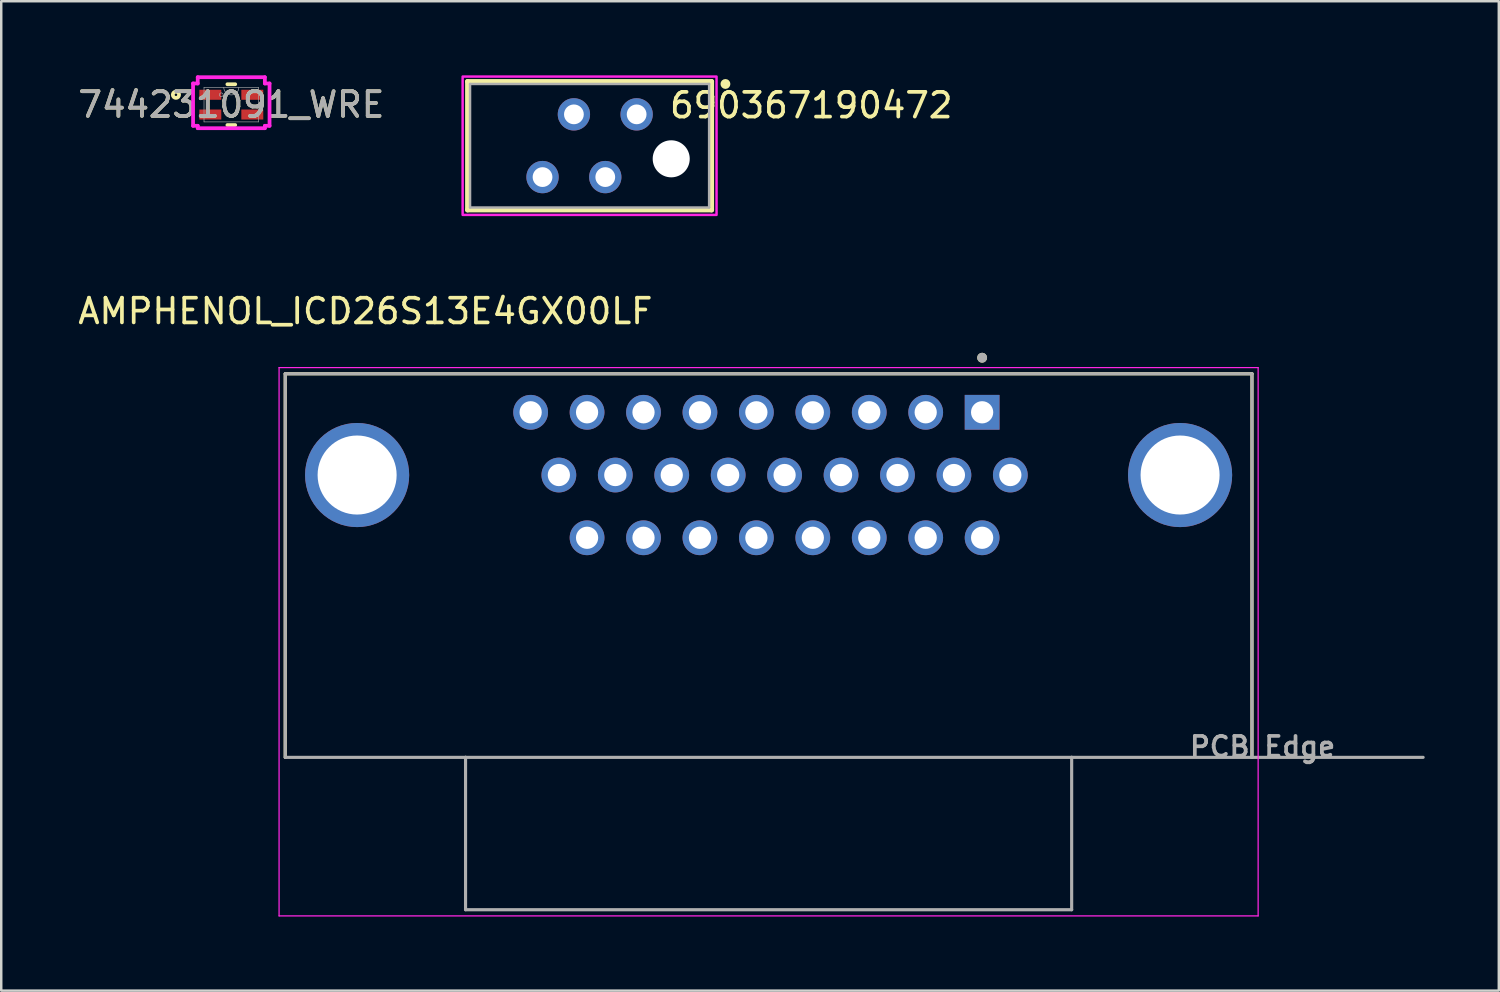
<source format=kicad_pcb>
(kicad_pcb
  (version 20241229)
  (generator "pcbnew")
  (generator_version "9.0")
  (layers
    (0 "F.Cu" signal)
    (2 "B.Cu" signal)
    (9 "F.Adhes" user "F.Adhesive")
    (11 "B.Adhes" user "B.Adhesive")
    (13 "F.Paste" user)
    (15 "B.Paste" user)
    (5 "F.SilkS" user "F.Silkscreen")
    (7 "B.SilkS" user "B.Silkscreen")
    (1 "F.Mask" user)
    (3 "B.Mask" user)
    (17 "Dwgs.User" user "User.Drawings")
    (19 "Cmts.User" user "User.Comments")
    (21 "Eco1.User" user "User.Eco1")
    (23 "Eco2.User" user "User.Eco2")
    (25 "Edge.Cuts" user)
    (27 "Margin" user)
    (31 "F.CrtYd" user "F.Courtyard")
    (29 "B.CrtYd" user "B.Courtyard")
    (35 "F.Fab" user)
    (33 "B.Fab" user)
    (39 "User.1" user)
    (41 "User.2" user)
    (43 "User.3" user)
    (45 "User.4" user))
  (footprint "690367190472"
    (layer "F.Cu")
    (at 20.821 2.85)
    (property "Reference" "690367190472" (at 8.975 -1.635 0) (layer "F.SilkS") (effects (font (size 1 1) (thickness 0.15))))
    (attr through_hole)
    (fp_line (start -4.94 -2.6) (end 4.94 -2.6) (stroke (width 0.2) (type solid)) (layer "F.SilkS"))
    (fp_line (start -4.94 2.6) (end -4.94 -2.6) (stroke (width 0.2) (type solid)) (layer "F.SilkS"))
    (fp_line (start 4.94 -2.6) (end 4.94 2.6) (stroke (width 0.2) (type solid)) (layer "F.SilkS"))
    (fp_line (start 4.94 2.6) (end -4.94 2.6) (stroke (width 0.2) (type solid)) (layer "F.SilkS"))
    (fp_circle (center 5.5 -2.5) (end 5.6 -2.5) (stroke (width 0.2) (type solid)) (fill no) (layer "F.SilkS"))
    (fp_poly (pts (xy 5.14 2.8) (xy -5.14 2.8) (xy -5.14 -2.8) (xy 5.14 -2.8)) (stroke (width 0.1) (type solid)) (fill no) (layer "F.CrtYd"))
    (fp_line (start -4.84 -2.5) (end -4.84 2.5) (stroke (width 0.1) (type solid)) (layer "F.Fab"))
    (fp_line (start -4.84 2.5) (end 4.84 2.5) (stroke (width 0.1) (type solid)) (layer "F.Fab"))
    (fp_line (start 4.84 -2.5) (end -4.84 -2.5) (stroke (width 0.1) (type solid)) (layer "F.Fab"))
    (fp_line (start 4.84 2.5) (end 4.84 -2.5) (stroke (width 0.1) (type solid)) (layer "F.Fab"))
    (pad "" np_thru_hole circle (at 3.305 0.53) (size 1.5 1.5) (drill 1.5) (layers "*.Cu" "*.Mask"))
    (pad "1" thru_hole circle (at 1.905 -1.27) (size 1.308 1.308) (drill 0.8) (layers "*.Cu" "*.Mask"))
    (pad "2" thru_hole circle (at 0.635 1.27) (size 1.308 1.308) (drill 0.8) (layers "*.Cu" "*.Mask"))
    (pad "3" thru_hole circle (at -0.635 -1.27) (size 1.308 1.308) (drill 0.8) (layers "*.Cu" "*.Mask"))
    (pad "4" thru_hole circle (at -1.905 1.27) (size 1.308 1.308) (drill 0.8) (layers "*.Cu" "*.Mask")))
  (footprint "744231091_WRE"
    (layer "F.Cu")
    (at 6.315 1.187)
    (property "Reference" "744231091_WRE" (at 0 0 0) (unlocked yes) (layer "F.SilkS") (effects (font (size 1 1) (thickness 0.15))))
    (attr smd)
    (fp_line (start -0.158 0.826) (end 0.158 0.826) (stroke (width 0.152) (type solid)) (layer "F.SilkS"))
    (fp_line (start 0.158 -0.826) (end -0.158 -0.826) (stroke (width 0.152) (type solid)) (layer "F.SilkS"))
    (fp_circle (center -2.241 -0.4) (end -2.114 -0.4) (stroke (width 0.152) (type solid)) (fill no) (layer "F.SilkS"))
    (fp_line (start -1.548 -0.857) (end -1.359 -0.857) (stroke (width 0.152) (type solid)) (layer "F.CrtYd"))
    (fp_line (start -1.548 0.857) (end -1.548 -0.857) (stroke (width 0.152) (type solid)) (layer "F.CrtYd"))
    (fp_line (start -1.548 0.857) (end -1.359 0.857) (stroke (width 0.152) (type solid)) (layer "F.CrtYd"))
    (fp_line (start -1.359 -1.111) (end 1.359 -1.111) (stroke (width 0.152) (type solid)) (layer "F.CrtYd"))
    (fp_line (start -1.359 -0.857) (end -1.359 -1.111) (stroke (width 0.152) (type solid)) (layer "F.CrtYd"))
    (fp_line (start -1.359 0.953) (end -1.359 0.857) (stroke (width 0.152) (type solid)) (layer "F.CrtYd"))
    (fp_line (start 1.359 -1.111) (end 1.359 -0.857) (stroke (width 0.152) (type solid)) (layer "F.CrtYd"))
    (fp_line (start 1.359 0.857) (end 1.359 0.953) (stroke (width 0.152) (type solid)) (layer "F.CrtYd"))
    (fp_line (start 1.359 0.953) (end -1.359 0.953) (stroke (width 0.152) (type solid)) (layer "F.CrtYd"))
    (fp_line (start 1.548 -0.857) (end 1.359 -0.857) (stroke (width 0.152) (type solid)) (layer "F.CrtYd"))
    (fp_line (start 1.548 -0.857) (end 1.548 0.857) (stroke (width 0.152) (type solid)) (layer "F.CrtYd"))
    (fp_line (start 1.548 0.857) (end 1.359 0.857) (stroke (width 0.152) (type solid)) (layer "F.CrtYd"))
    (fp_line (start -1.105 -0.699) (end -1.105 0.699) (stroke (width 0.025) (type solid)) (layer "F.Fab"))
    (fp_line (start -1.105 0.699) (end 1.105 0.699) (stroke (width 0.025) (type solid)) (layer "F.Fab"))
    (fp_line (start 1.105 -0.699) (end -1.105 -0.699) (stroke (width 0.025) (type solid)) (layer "F.Fab"))
    (fp_line (start 1.105 0.699) (end 1.105 -0.699) (stroke (width 0.025) (type solid)) (layer "F.Fab"))
    (fp_arc (start 0.3048 -0.6985) (mid 0 -0.3937) (end -0.3048 -0.6985) (stroke (width 0.0254) (type solid)) (layer "F.Fab"))
    (fp_circle (center -0.406 -0.4) (end -0.329 -0.4) (stroke (width 0.025) (type solid)) (fill no) (layer "F.Fab"))
    (fp_text user "${REFERENCE}" (at 0 0 0) (unlocked yes) (layer "F.Fab") (effects (font (size 1 1) (thickness 0.15))))
    (pad "1" smd rect (at -0.85 -0.4) (size 0.889 0.406) (layers "F.Cu" "F.Mask" "F.Paste"))
    (pad "2" smd rect (at 0.85 -0.4) (size 0.889 0.406) (layers "F.Cu" "F.Mask" "F.Paste"))
    (pad "3" smd rect (at -0.85 0.4) (size 0.889 0.406) (layers "F.Cu" "F.Mask" "F.Paste"))
    (pad "4" smd rect (at 0.85 0.4) (size 0.889 0.406) (layers "F.Cu" "F.Mask" "F.Paste")))
  (footprint "AMPHENOL_ICD26S13E4GX00LF"
    (layer "F.Cu")
    (at 28.069 16.183)
    (property "Reference" "AMPHENOL_ICD26S13E4GX00LF" (at -16.325 -6.635 0) (layer "F.SilkS") (effects (font (size 1 1) (thickness 0.15))))
    (attr through_hole)
    (fp_line (start -19.57 -4.1) (end 19.57 -4.1) (stroke (width 0.127) (type solid)) (layer "F.SilkS"))
    (fp_line (start -19.57 11.43) (end -19.57 -4.1) (stroke (width 0.127) (type solid)) (layer "F.SilkS"))
    (fp_line (start 19.57 11.43) (end 19.57 -4.1) (stroke (width 0.127) (type solid)) (layer "F.SilkS"))
    (fp_circle (center 8.645 -4.75) (end 8.745 -4.75) (stroke (width 0.2) (type solid)) (fill no) (layer "F.SilkS"))
    (fp_line (start -19.82 -4.35) (end -19.82 17.85) (stroke (width 0.05) (type solid)) (layer "F.CrtYd"))
    (fp_line (start -19.82 17.85) (end 19.82 17.85) (stroke (width 0.05) (type solid)) (layer "F.CrtYd"))
    (fp_line (start 19.82 -4.35) (end -19.82 -4.35) (stroke (width 0.05) (type solid)) (layer "F.CrtYd"))
    (fp_line (start 19.82 17.85) (end 19.82 -4.35) (stroke (width 0.05) (type solid)) (layer "F.CrtYd"))
    (fp_line (start -19.57 -4.1) (end 19.57 -4.1) (stroke (width 0.127) (type solid)) (layer "F.Fab"))
    (fp_line (start -19.57 11.43) (end -19.57 -4.1) (stroke (width 0.127) (type solid)) (layer "F.Fab"))
    (fp_line (start -19.57 11.43) (end -12.27 11.43) (stroke (width 0.127) (type solid)) (layer "F.Fab"))
    (fp_line (start -12.27 11.43) (end -12.27 17.6) (stroke (width 0.127) (type solid)) (layer "F.Fab"))
    (fp_line (start -12.27 11.43) (end 12.27 11.43) (stroke (width 0.127) (type solid)) (layer "F.Fab"))
    (fp_line (start -12.27 17.6) (end 12.27 17.6) (stroke (width 0.127) (type solid)) (layer "F.Fab"))
    (fp_line (start 12.27 11.43) (end 19.57 11.43) (stroke (width 0.127) (type solid)) (layer "F.Fab"))
    (fp_line (start 12.27 17.6) (end 12.27 11.43) (stroke (width 0.127) (type solid)) (layer "F.Fab"))
    (fp_line (start 19.57 11.43) (end 19.57 -4.1) (stroke (width 0.127) (type solid)) (layer "F.Fab"))
    (fp_line (start 19.57 11.43) (end 26.5 11.43) (stroke (width 0.127) (type solid)) (layer "F.Fab"))
    (fp_circle (center 8.645 -4.75) (end 8.745 -4.75) (stroke (width 0.2) (type solid)) (fill no) (layer "F.Fab"))
    (fp_text user "PCB Edge" (at 20 11 0) (layer "F.Fab") (effects (font (size 0.8 0.8) (thickness 0.15))))
    (pad "1" thru_hole rect (at 8.645 -2.54) (size 1.408 1.408) (drill 0.9) (layers "*.Cu" "*.Mask"))
    (pad "2" thru_hole circle (at 6.36 -2.54) (size 1.408 1.408) (drill 0.9) (layers "*.Cu" "*.Mask"))
    (pad "3" thru_hole circle (at 4.075 -2.54) (size 1.408 1.408) (drill 0.9) (layers "*.Cu" "*.Mask"))
    (pad "4" thru_hole circle (at 1.79 -2.54) (size 1.408 1.408) (drill 0.9) (layers "*.Cu" "*.Mask"))
    (pad "5" thru_hole circle (at -0.495 -2.54) (size 1.408 1.408) (drill 0.9) (layers "*.Cu" "*.Mask"))
    (pad "6" thru_hole circle (at -2.78 -2.54) (size 1.408 1.408) (drill 0.9) (layers "*.Cu" "*.Mask"))
    (pad "7" thru_hole circle (at -5.065 -2.54) (size 1.408 1.408) (drill 0.9) (layers "*.Cu" "*.Mask"))
    (pad "8" thru_hole circle (at -7.35 -2.54) (size 1.408 1.408) (drill 0.9) (layers "*.Cu" "*.Mask"))
    (pad "9" thru_hole circle (at -9.635 -2.54) (size 1.408 1.408) (drill 0.9) (layers "*.Cu" "*.Mask"))
    (pad "10" thru_hole circle (at 9.787 0) (size 1.408 1.408) (drill 0.9) (layers "*.Cu" "*.Mask"))
    (pad "11" thru_hole circle (at 7.503 0) (size 1.408 1.408) (drill 0.9) (layers "*.Cu" "*.Mask"))
    (pad "12" thru_hole circle (at 5.218 0) (size 1.408 1.408) (drill 0.9) (layers "*.Cu" "*.Mask"))
    (pad "13" thru_hole circle (at 2.933 0) (size 1.408 1.408) (drill 0.9) (layers "*.Cu" "*.Mask"))
    (pad "14" thru_hole circle (at 0.647 0) (size 1.408 1.408) (drill 0.9) (layers "*.Cu" "*.Mask"))
    (pad "15" thru_hole circle (at -1.637 0) (size 1.408 1.408) (drill 0.9) (layers "*.Cu" "*.Mask"))
    (pad "16" thru_hole circle (at -3.922 0) (size 1.408 1.408) (drill 0.9) (layers "*.Cu" "*.Mask"))
    (pad "17" thru_hole circle (at -6.207 0) (size 1.408 1.408) (drill 0.9) (layers "*.Cu" "*.Mask"))
    (pad "18" thru_hole circle (at -8.492 0) (size 1.408 1.408) (drill 0.9) (layers "*.Cu" "*.Mask"))
    (pad "19" thru_hole circle (at 8.645 2.54) (size 1.408 1.408) (drill 0.9) (layers "*.Cu" "*.Mask"))
    (pad "20" thru_hole circle (at 6.36 2.54) (size 1.408 1.408) (drill 0.9) (layers "*.Cu" "*.Mask"))
    (pad "21" thru_hole circle (at 4.075 2.54) (size 1.408 1.408) (drill 0.9) (layers "*.Cu" "*.Mask"))
    (pad "22" thru_hole circle (at 1.79 2.54) (size 1.408 1.408) (drill 0.9) (layers "*.Cu" "*.Mask"))
    (pad "23" thru_hole circle (at -0.495 2.54) (size 1.408 1.408) (drill 0.9) (layers "*.Cu" "*.Mask"))
    (pad "24" thru_hole circle (at -2.78 2.54) (size 1.408 1.408) (drill 0.9) (layers "*.Cu" "*.Mask"))
    (pad "25" thru_hole circle (at -5.065 2.54) (size 1.408 1.408) (drill 0.9) (layers "*.Cu" "*.Mask"))
    (pad "26" thru_hole circle (at -7.35 2.54) (size 1.408 1.408) (drill 0.9) (layers "*.Cu" "*.Mask"))
    (pad "SH1" thru_hole circle (at -16.66 0) (size 4.216 4.216) (drill 3.2) (layers "*.Cu" "*.Mask"))
    (pad "SH2" thru_hole circle (at 16.66 0) (size 4.216 4.216) (drill 3.2) (layers "*.Cu" "*.Mask")))
  (gr_rect
    (start -3 -3)
    (end 57.633 37.058)
    (stroke (width 0.1) (type default))
    (fill no)
    (layer "Edge.Cuts")))
</source>
